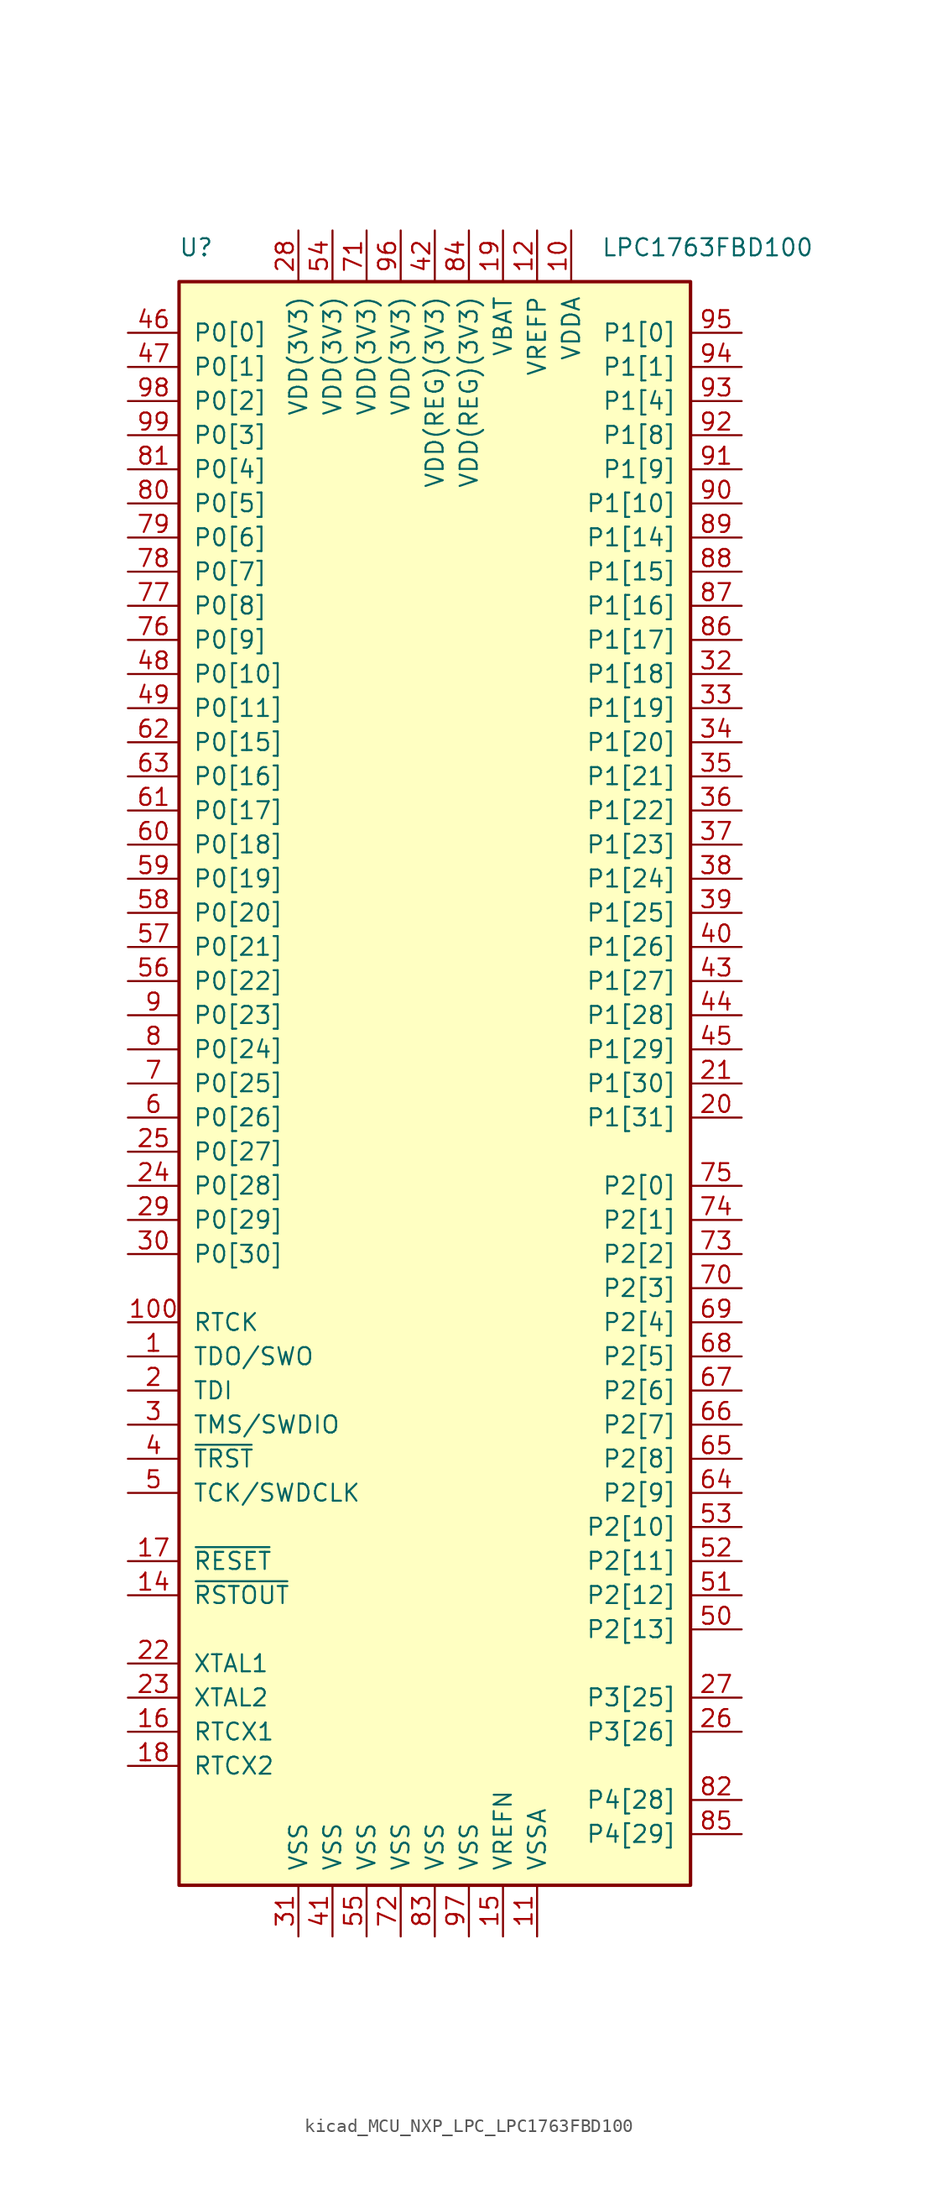
<source format=kicad_sym>
(kicad_symbol_lib
  (version 20220914)
  (generator kicad_symbol_editor)
  (symbol "kicad_MCU_NXP_LPC_LPC1763FBD100"
    (pin_names
      (offset 1.016))
    (property "Reference" "U"
      (at -17.78 62.23 0)
      (effects (font (size 1.27 1.27))))
    (property "Value" "LPC1763FBD100"
      (at 20.32 62.23 0)
      (effects (font (size 1.27 1.27))))
    (symbol "kicad_MCU_NXP_LPC_LPC1763FBD100_0_1"
      (rectangle (start -19.05 59.69) (end 19.05 -59.69) (stroke (width 0.254) (type default)) (fill (type background))))
    (symbol "kicad_MCU_NXP_LPC_LPC1763FBD100_1_1"
      (pin output line (at -22.86 -20.32 0) (length 3.81) (name "TDO/SWO" (effects (font (size 1.27 1.27)))) (number "1" (effects (font (size 1.27 1.27)))))
      (pin power_in line (at 10.16 63.5 270) (length 3.81) (name "VDDA" (effects (font (size 1.27 1.27)))) (number "10" (effects (font (size 1.27 1.27)))))
      (pin output line (at -22.86 -17.78 0) (length 3.81) (name "RTCK" (effects (font (size 1.27 1.27)))) (number "100" (effects (font (size 1.27 1.27)))))
      (pin power_in line (at 7.62 -63.5 90) (length 3.81) (name "VSSA" (effects (font (size 1.27 1.27)))) (number "11" (effects (font (size 1.27 1.27)))))
      (pin power_in line (at 7.62 63.5 270) (length 3.81) (name "VREFP" (effects (font (size 1.27 1.27)))) (number "12" (effects (font (size 1.27 1.27)))))
      (pin no_connect line (at -19.05 -55.88 0) (length 3.81) hide (name "NC" (effects (font (size 1.27 1.27)))) (number "13" (effects (font (size 1.27 1.27)))))
      (pin output line (at -22.86 -38.1 0) (length 3.81) (name "~{RSTOUT}" (effects (font (size 1.27 1.27)))) (number "14" (effects (font (size 1.27 1.27)))))
      (pin power_in line (at 5.08 -63.5 90) (length 3.81) (name "VREFN" (effects (font (size 1.27 1.27)))) (number "15" (effects (font (size 1.27 1.27)))))
      (pin input line (at -22.86 -48.26 0) (length 3.81) (name "RTCX1" (effects (font (size 1.27 1.27)))) (number "16" (effects (font (size 1.27 1.27)))))
      (pin input line (at -22.86 -35.56 0) (length 3.81) (name "~{RESET}" (effects (font (size 1.27 1.27)))) (number "17" (effects (font (size 1.27 1.27)))))
      (pin output line (at -22.86 -50.8 0) (length 3.81) (name "RTCX2" (effects (font (size 1.27 1.27)))) (number "18" (effects (font (size 1.27 1.27)))))
      (pin power_in line (at 5.08 63.5 270) (length 3.81) (name "VBAT" (effects (font (size 1.27 1.27)))) (number "19" (effects (font (size 1.27 1.27)))))
      (pin input line (at -22.86 -22.86 0) (length 3.81) (name "TDI" (effects (font (size 1.27 1.27)))) (number "2" (effects (font (size 1.27 1.27)))))
      (pin bidirectional line (at 22.86 -2.54 180) (length 3.81) (name "P1[31]" (effects (font (size 1.27 1.27)))) (number "20" (effects (font (size 1.27 1.27)))))
      (pin bidirectional line (at 22.86 0 180) (length 3.81) (name "P1[30]" (effects (font (size 1.27 1.27)))) (number "21" (effects (font (size 1.27 1.27)))))
      (pin input line (at -22.86 -43.18 0) (length 3.81) (name "XTAL1" (effects (font (size 1.27 1.27)))) (number "22" (effects (font (size 1.27 1.27)))))
      (pin output line (at -22.86 -45.72 0) (length 3.81) (name "XTAL2" (effects (font (size 1.27 1.27)))) (number "23" (effects (font (size 1.27 1.27)))))
      (pin bidirectional line (at -22.86 -7.62 0) (length 3.81) (name "P0[28]" (effects (font (size 1.27 1.27)))) (number "24" (effects (font (size 1.27 1.27)))))
      (pin bidirectional line (at -22.86 -5.08 0) (length 3.81) (name "P0[27]" (effects (font (size 1.27 1.27)))) (number "25" (effects (font (size 1.27 1.27)))))
      (pin bidirectional line (at 22.86 -48.26 180) (length 3.81) (name "P3[26]" (effects (font (size 1.27 1.27)))) (number "26" (effects (font (size 1.27 1.27)))))
      (pin bidirectional line (at 22.86 -45.72 180) (length 3.81) (name "P3[25]" (effects (font (size 1.27 1.27)))) (number "27" (effects (font (size 1.27 1.27)))))
      (pin power_in line (at -10.16 63.5 270) (length 3.81) (name "VDD(3V3)" (effects (font (size 1.27 1.27)))) (number "28" (effects (font (size 1.27 1.27)))))
      (pin bidirectional line (at -22.86 -10.16 0) (length 3.81) (name "P0[29]" (effects (font (size 1.27 1.27)))) (number "29" (effects (font (size 1.27 1.27)))))
      (pin bidirectional line (at -22.86 -25.4 0) (length 3.81) (name "TMS/SWDIO" (effects (font (size 1.27 1.27)))) (number "3" (effects (font (size 1.27 1.27)))))
      (pin bidirectional line (at -22.86 -12.7 0) (length 3.81) (name "P0[30]" (effects (font (size 1.27 1.27)))) (number "30" (effects (font (size 1.27 1.27)))))
      (pin power_in line (at -10.16 -63.5 90) (length 3.81) (name "VSS" (effects (font (size 1.27 1.27)))) (number "31" (effects (font (size 1.27 1.27)))))
      (pin bidirectional line (at 22.86 30.48 180) (length 3.81) (name "P1[18]" (effects (font (size 1.27 1.27)))) (number "32" (effects (font (size 1.27 1.27)))))
      (pin bidirectional line (at 22.86 27.94 180) (length 3.81) (name "P1[19]" (effects (font (size 1.27 1.27)))) (number "33" (effects (font (size 1.27 1.27)))))
      (pin bidirectional line (at 22.86 25.4 180) (length 3.81) (name "P1[20]" (effects (font (size 1.27 1.27)))) (number "34" (effects (font (size 1.27 1.27)))))
      (pin bidirectional line (at 22.86 22.86 180) (length 3.81) (name "P1[21]" (effects (font (size 1.27 1.27)))) (number "35" (effects (font (size 1.27 1.27)))))
      (pin bidirectional line (at 22.86 20.32 180) (length 3.81) (name "P1[22]" (effects (font (size 1.27 1.27)))) (number "36" (effects (font (size 1.27 1.27)))))
      (pin bidirectional line (at 22.86 17.78 180) (length 3.81) (name "P1[23]" (effects (font (size 1.27 1.27)))) (number "37" (effects (font (size 1.27 1.27)))))
      (pin bidirectional line (at 22.86 15.24 180) (length 3.81) (name "P1[24]" (effects (font (size 1.27 1.27)))) (number "38" (effects (font (size 1.27 1.27)))))
      (pin bidirectional line (at 22.86 12.7 180) (length 3.81) (name "P1[25]" (effects (font (size 1.27 1.27)))) (number "39" (effects (font (size 1.27 1.27)))))
      (pin input line (at -22.86 -27.94 0) (length 3.81) (name "~{TRST}" (effects (font (size 1.27 1.27)))) (number "4" (effects (font (size 1.27 1.27)))))
      (pin bidirectional line (at 22.86 10.16 180) (length 3.81) (name "P1[26]" (effects (font (size 1.27 1.27)))) (number "40" (effects (font (size 1.27 1.27)))))
      (pin power_in line (at -7.62 -63.5 90) (length 3.81) (name "VSS" (effects (font (size 1.27 1.27)))) (number "41" (effects (font (size 1.27 1.27)))))
      (pin power_in line (at 0 63.5 270) (length 3.81) (name "VDD(REG)(3V3)" (effects (font (size 1.27 1.27)))) (number "42" (effects (font (size 1.27 1.27)))))
      (pin bidirectional line (at 22.86 7.62 180) (length 3.81) (name "P1[27]" (effects (font (size 1.27 1.27)))) (number "43" (effects (font (size 1.27 1.27)))))
      (pin bidirectional line (at 22.86 5.08 180) (length 3.81) (name "P1[28]" (effects (font (size 1.27 1.27)))) (number "44" (effects (font (size 1.27 1.27)))))
      (pin bidirectional line (at 22.86 2.54 180) (length 3.81) (name "P1[29]" (effects (font (size 1.27 1.27)))) (number "45" (effects (font (size 1.27 1.27)))))
      (pin bidirectional line (at -22.86 55.88 0) (length 3.81) (name "P0[0]" (effects (font (size 1.27 1.27)))) (number "46" (effects (font (size 1.27 1.27)))))
      (pin bidirectional line (at -22.86 53.34 0) (length 3.81) (name "P0[1]" (effects (font (size 1.27 1.27)))) (number "47" (effects (font (size 1.27 1.27)))))
      (pin bidirectional line (at -22.86 30.48 0) (length 3.81) (name "P0[10]" (effects (font (size 1.27 1.27)))) (number "48" (effects (font (size 1.27 1.27)))))
      (pin bidirectional line (at -22.86 27.94 0) (length 3.81) (name "P0[11]" (effects (font (size 1.27 1.27)))) (number "49" (effects (font (size 1.27 1.27)))))
      (pin input line (at -22.86 -30.48 0) (length 3.81) (name "TCK/SWDCLK" (effects (font (size 1.27 1.27)))) (number "5" (effects (font (size 1.27 1.27)))))
      (pin bidirectional line (at 22.86 -40.64 180) (length 3.81) (name "P2[13]" (effects (font (size 1.27 1.27)))) (number "50" (effects (font (size 1.27 1.27)))))
      (pin bidirectional line (at 22.86 -38.1 180) (length 3.81) (name "P2[12]" (effects (font (size 1.27 1.27)))) (number "51" (effects (font (size 1.27 1.27)))))
      (pin bidirectional line (at 22.86 -35.56 180) (length 3.81) (name "P2[11]" (effects (font (size 1.27 1.27)))) (number "52" (effects (font (size 1.27 1.27)))))
      (pin bidirectional line (at 22.86 -33.02 180) (length 3.81) (name "P2[10]" (effects (font (size 1.27 1.27)))) (number "53" (effects (font (size 1.27 1.27)))))
      (pin power_in line (at -7.62 63.5 270) (length 3.81) (name "VDD(3V3)" (effects (font (size 1.27 1.27)))) (number "54" (effects (font (size 1.27 1.27)))))
      (pin power_in line (at -5.08 -63.5 90) (length 3.81) (name "VSS" (effects (font (size 1.27 1.27)))) (number "55" (effects (font (size 1.27 1.27)))))
      (pin bidirectional line (at -22.86 7.62 0) (length 3.81) (name "P0[22]" (effects (font (size 1.27 1.27)))) (number "56" (effects (font (size 1.27 1.27)))))
      (pin bidirectional line (at -22.86 10.16 0) (length 3.81) (name "P0[21]" (effects (font (size 1.27 1.27)))) (number "57" (effects (font (size 1.27 1.27)))))
      (pin bidirectional line (at -22.86 12.7 0) (length 3.81) (name "P0[20]" (effects (font (size 1.27 1.27)))) (number "58" (effects (font (size 1.27 1.27)))))
      (pin bidirectional line (at -22.86 15.24 0) (length 3.81) (name "P0[19]" (effects (font (size 1.27 1.27)))) (number "59" (effects (font (size 1.27 1.27)))))
      (pin bidirectional line (at -22.86 -2.54 0) (length 3.81) (name "P0[26]" (effects (font (size 1.27 1.27)))) (number "6" (effects (font (size 1.27 1.27)))))
      (pin bidirectional line (at -22.86 17.78 0) (length 3.81) (name "P0[18]" (effects (font (size 1.27 1.27)))) (number "60" (effects (font (size 1.27 1.27)))))
      (pin bidirectional line (at -22.86 20.32 0) (length 3.81) (name "P0[17]" (effects (font (size 1.27 1.27)))) (number "61" (effects (font (size 1.27 1.27)))))
      (pin bidirectional line (at -22.86 25.4 0) (length 3.81) (name "P0[15]" (effects (font (size 1.27 1.27)))) (number "62" (effects (font (size 1.27 1.27)))))
      (pin bidirectional line (at -22.86 22.86 0) (length 3.81) (name "P0[16]" (effects (font (size 1.27 1.27)))) (number "63" (effects (font (size 1.27 1.27)))))
      (pin bidirectional line (at 22.86 -30.48 180) (length 3.81) (name "P2[9]" (effects (font (size 1.27 1.27)))) (number "64" (effects (font (size 1.27 1.27)))))
      (pin bidirectional line (at 22.86 -27.94 180) (length 3.81) (name "P2[8]" (effects (font (size 1.27 1.27)))) (number "65" (effects (font (size 1.27 1.27)))))
      (pin bidirectional line (at 22.86 -25.4 180) (length 3.81) (name "P2[7]" (effects (font (size 1.27 1.27)))) (number "66" (effects (font (size 1.27 1.27)))))
      (pin bidirectional line (at 22.86 -22.86 180) (length 3.81) (name "P2[6]" (effects (font (size 1.27 1.27)))) (number "67" (effects (font (size 1.27 1.27)))))
      (pin bidirectional line (at 22.86 -20.32 180) (length 3.81) (name "P2[5]" (effects (font (size 1.27 1.27)))) (number "68" (effects (font (size 1.27 1.27)))))
      (pin bidirectional line (at 22.86 -17.78 180) (length 3.81) (name "P2[4]" (effects (font (size 1.27 1.27)))) (number "69" (effects (font (size 1.27 1.27)))))
      (pin bidirectional line (at -22.86 0 0) (length 3.81) (name "P0[25]" (effects (font (size 1.27 1.27)))) (number "7" (effects (font (size 1.27 1.27)))))
      (pin bidirectional line (at 22.86 -15.24 180) (length 3.81) (name "P2[3]" (effects (font (size 1.27 1.27)))) (number "70" (effects (font (size 1.27 1.27)))))
      (pin power_in line (at -5.08 63.5 270) (length 3.81) (name "VDD(3V3)" (effects (font (size 1.27 1.27)))) (number "71" (effects (font (size 1.27 1.27)))))
      (pin power_in line (at -2.54 -63.5 90) (length 3.81) (name "VSS" (effects (font (size 1.27 1.27)))) (number "72" (effects (font (size 1.27 1.27)))))
      (pin bidirectional line (at 22.86 -12.7 180) (length 3.81) (name "P2[2]" (effects (font (size 1.27 1.27)))) (number "73" (effects (font (size 1.27 1.27)))))
      (pin bidirectional line (at 22.86 -10.16 180) (length 3.81) (name "P2[1]" (effects (font (size 1.27 1.27)))) (number "74" (effects (font (size 1.27 1.27)))))
      (pin bidirectional line (at 22.86 -7.62 180) (length 3.81) (name "P2[0]" (effects (font (size 1.27 1.27)))) (number "75" (effects (font (size 1.27 1.27)))))
      (pin bidirectional line (at -22.86 33.02 0) (length 3.81) (name "P0[9]" (effects (font (size 1.27 1.27)))) (number "76" (effects (font (size 1.27 1.27)))))
      (pin bidirectional line (at -22.86 35.56 0) (length 3.81) (name "P0[8]" (effects (font (size 1.27 1.27)))) (number "77" (effects (font (size 1.27 1.27)))))
      (pin bidirectional line (at -22.86 38.1 0) (length 3.81) (name "P0[7]" (effects (font (size 1.27 1.27)))) (number "78" (effects (font (size 1.27 1.27)))))
      (pin bidirectional line (at -22.86 40.64 0) (length 3.81) (name "P0[6]" (effects (font (size 1.27 1.27)))) (number "79" (effects (font (size 1.27 1.27)))))
      (pin bidirectional line (at -22.86 2.54 0) (length 3.81) (name "P0[24]" (effects (font (size 1.27 1.27)))) (number "8" (effects (font (size 1.27 1.27)))))
      (pin bidirectional line (at -22.86 43.18 0) (length 3.81) (name "P0[5]" (effects (font (size 1.27 1.27)))) (number "80" (effects (font (size 1.27 1.27)))))
      (pin bidirectional line (at -22.86 45.72 0) (length 3.81) (name "P0[4]" (effects (font (size 1.27 1.27)))) (number "81" (effects (font (size 1.27 1.27)))))
      (pin bidirectional line (at 22.86 -53.34 180) (length 3.81) (name "P4[28]" (effects (font (size 1.27 1.27)))) (number "82" (effects (font (size 1.27 1.27)))))
      (pin power_in line (at 0 -63.5 90) (length 3.81) (name "VSS" (effects (font (size 1.27 1.27)))) (number "83" (effects (font (size 1.27 1.27)))))
      (pin power_in line (at 2.54 63.5 270) (length 3.81) (name "VDD(REG)(3V3)" (effects (font (size 1.27 1.27)))) (number "84" (effects (font (size 1.27 1.27)))))
      (pin bidirectional line (at 22.86 -55.88 180) (length 3.81) (name "P4[29]" (effects (font (size 1.27 1.27)))) (number "85" (effects (font (size 1.27 1.27)))))
      (pin bidirectional line (at 22.86 33.02 180) (length 3.81) (name "P1[17]" (effects (font (size 1.27 1.27)))) (number "86" (effects (font (size 1.27 1.27)))))
      (pin bidirectional line (at 22.86 35.56 180) (length 3.81) (name "P1[16]" (effects (font (size 1.27 1.27)))) (number "87" (effects (font (size 1.27 1.27)))))
      (pin bidirectional line (at 22.86 38.1 180) (length 3.81) (name "P1[15]" (effects (font (size 1.27 1.27)))) (number "88" (effects (font (size 1.27 1.27)))))
      (pin bidirectional line (at 22.86 40.64 180) (length 3.81) (name "P1[14]" (effects (font (size 1.27 1.27)))) (number "89" (effects (font (size 1.27 1.27)))))
      (pin bidirectional line (at -22.86 5.08 0) (length 3.81) (name "P0[23]" (effects (font (size 1.27 1.27)))) (number "9" (effects (font (size 1.27 1.27)))))
      (pin bidirectional line (at 22.86 43.18 180) (length 3.81) (name "P1[10]" (effects (font (size 1.27 1.27)))) (number "90" (effects (font (size 1.27 1.27)))))
      (pin bidirectional line (at 22.86 45.72 180) (length 3.81) (name "P1[9]" (effects (font (size 1.27 1.27)))) (number "91" (effects (font (size 1.27 1.27)))))
      (pin bidirectional line (at 22.86 48.26 180) (length 3.81) (name "P1[8]" (effects (font (size 1.27 1.27)))) (number "92" (effects (font (size 1.27 1.27)))))
      (pin bidirectional line (at 22.86 50.8 180) (length 3.81) (name "P1[4]" (effects (font (size 1.27 1.27)))) (number "93" (effects (font (size 1.27 1.27)))))
      (pin bidirectional line (at 22.86 53.34 180) (length 3.81) (name "P1[1]" (effects (font (size 1.27 1.27)))) (number "94" (effects (font (size 1.27 1.27)))))
      (pin bidirectional line (at 22.86 55.88 180) (length 3.81) (name "P1[0]" (effects (font (size 1.27 1.27)))) (number "95" (effects (font (size 1.27 1.27)))))
      (pin power_in line (at -2.54 63.5 270) (length 3.81) (name "VDD(3V3)" (effects (font (size 1.27 1.27)))) (number "96" (effects (font (size 1.27 1.27)))))
      (pin power_in line (at 2.54 -63.5 90) (length 3.81) (name "VSS" (effects (font (size 1.27 1.27)))) (number "97" (effects (font (size 1.27 1.27)))))
      (pin bidirectional line (at -22.86 50.8 0) (length 3.81) (name "P0[2]" (effects (font (size 1.27 1.27)))) (number "98" (effects (font (size 1.27 1.27)))))
      (pin bidirectional line (at -22.86 48.26 0) (length 3.81) (name "P0[3]" (effects (font (size 1.27 1.27)))) (number "99" (effects (font (size 1.27 1.27))))))))
</source>
